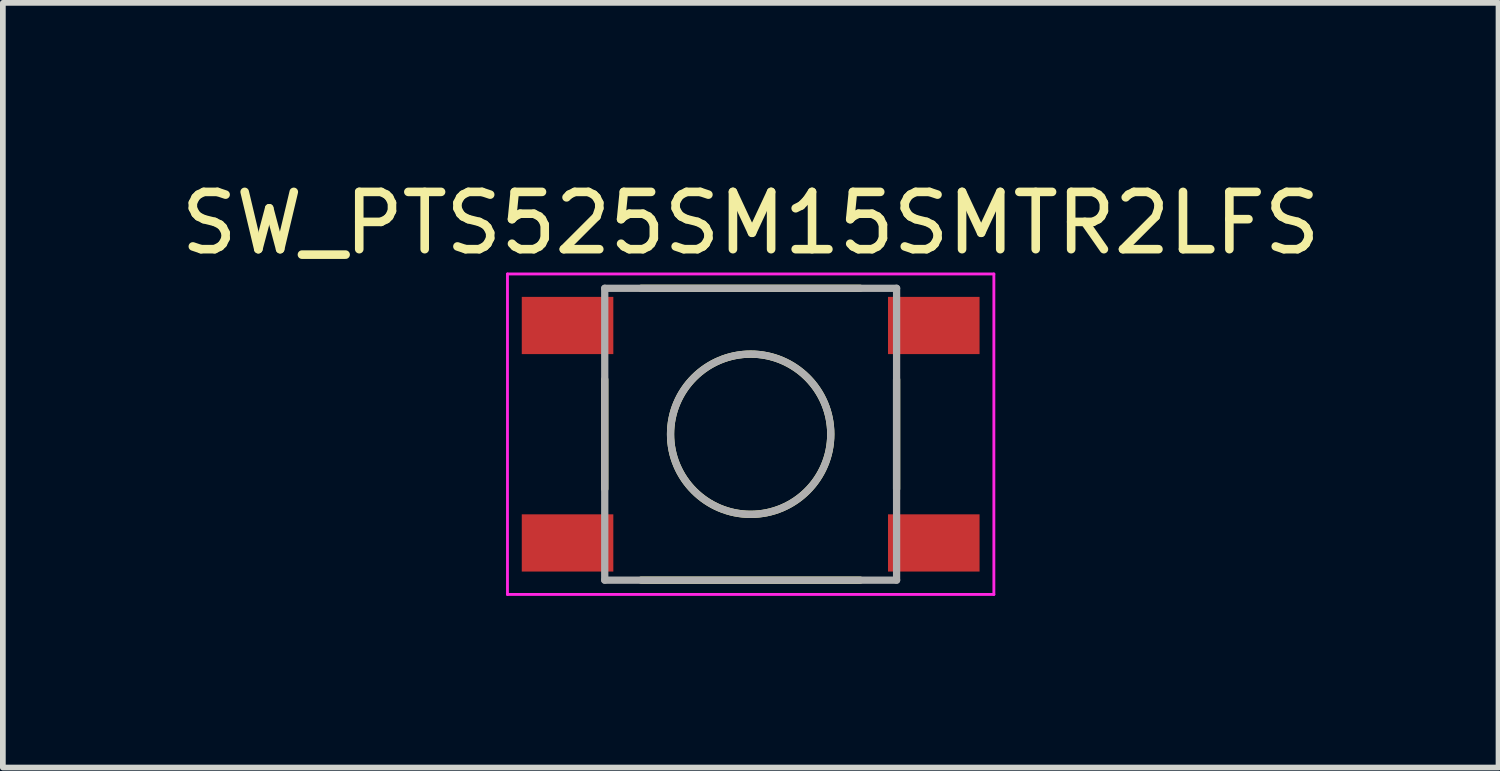
<source format=kicad_pcb>
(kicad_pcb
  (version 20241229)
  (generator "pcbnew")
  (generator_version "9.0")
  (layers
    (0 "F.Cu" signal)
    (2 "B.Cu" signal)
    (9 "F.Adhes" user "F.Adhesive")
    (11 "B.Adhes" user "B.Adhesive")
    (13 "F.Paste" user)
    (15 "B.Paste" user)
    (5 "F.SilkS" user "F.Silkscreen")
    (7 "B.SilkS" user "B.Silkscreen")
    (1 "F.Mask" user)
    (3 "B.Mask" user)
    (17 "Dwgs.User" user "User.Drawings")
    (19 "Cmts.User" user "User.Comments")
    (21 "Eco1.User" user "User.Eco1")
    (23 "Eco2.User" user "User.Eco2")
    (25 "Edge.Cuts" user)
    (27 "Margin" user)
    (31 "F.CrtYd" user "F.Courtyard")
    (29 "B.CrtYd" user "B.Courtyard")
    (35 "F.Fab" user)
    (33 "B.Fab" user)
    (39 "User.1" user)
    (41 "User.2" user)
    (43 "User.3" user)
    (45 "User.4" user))
  (footprint "SW_PTS525SM15SMTR2LFS"
    (layer "F.Cu")
    (at 10.068 4.538)
    (property "Reference" "SW_PTS525SM15SMTR2LFS" (at -0.00001 -3.689 0) (layer "F.SilkS") (effects (font (size 1.001 1.001) (thickness 0.15))))
    (attr through_hole)
    (fp_line (start -2.55 -0.956) (end -2.55 0.956) (stroke (width 0.127) (type solid)) (layer "F.SilkS"))
    (fp_line (start -1.913 -2.55) (end 1.913 -2.55) (stroke (width 0.127) (type solid)) (layer "F.SilkS"))
    (fp_line (start -1.913 2.55) (end 1.913 2.55) (stroke (width 0.127) (type solid)) (layer "F.SilkS"))
    (fp_line (start 2.55 -0.956) (end 2.55 0.956) (stroke (width 0.127) (type solid)) (layer "F.SilkS"))
    (fp_circle (center 0 0) (end 1.4 0) (stroke (width 0.127) (type solid)) (fill no) (layer "F.SilkS"))
    (fp_line (start -4.25 -2.8) (end 4.25 -2.8) (stroke (width 0.05) (type solid)) (layer "F.CrtYd"))
    (fp_line (start -4.25 2.8) (end -4.25 -2.8) (stroke (width 0.05) (type solid)) (layer "F.CrtYd"))
    (fp_line (start 4.25 -2.8) (end 4.25 2.8) (stroke (width 0.05) (type solid)) (layer "F.CrtYd"))
    (fp_line (start 4.25 2.8) (end -4.25 2.8) (stroke (width 0.05) (type solid)) (layer "F.CrtYd"))
    (fp_line (start -2.55 -2.55) (end 2.55 -2.55) (stroke (width 0.127) (type solid)) (layer "F.Fab"))
    (fp_line (start -2.55 2.55) (end -2.55 -2.55) (stroke (width 0.127) (type solid)) (layer "F.Fab"))
    (fp_line (start 2.55 -2.55) (end 2.55 2.55) (stroke (width 0.127) (type solid)) (layer "F.Fab"))
    (fp_line (start 2.55 2.55) (end -2.55 2.55) (stroke (width 0.127) (type solid)) (layer "F.Fab"))
    (fp_circle (center 0 0) (end 1.4 0) (stroke (width 0.127) (type solid)) (fill no) (layer "F.Fab"))
    (pad "1" smd rect (at -3.2 -1.9) (size 1.6 1) (layers "F.Cu" "F.Mask" "F.Paste"))
    (pad "2" smd rect (at 3.2 -1.9) (size 1.6 1) (layers "F.Cu" "F.Mask" "F.Paste"))
    (pad "3" smd rect (at -3.2 1.9) (size 1.6 1) (layers "F.Cu" "F.Mask" "F.Paste"))
    (pad "4" smd rect (at 3.2 1.9) (size 1.6 1) (layers "F.Cu" "F.Mask" "F.Paste")))
  (gr_rect
    (start -3 -3)
    (end 23.137 10.363)
    (stroke (width 0.1) (type default))
    (fill no)
    (layer "Edge.Cuts")))
</source>
